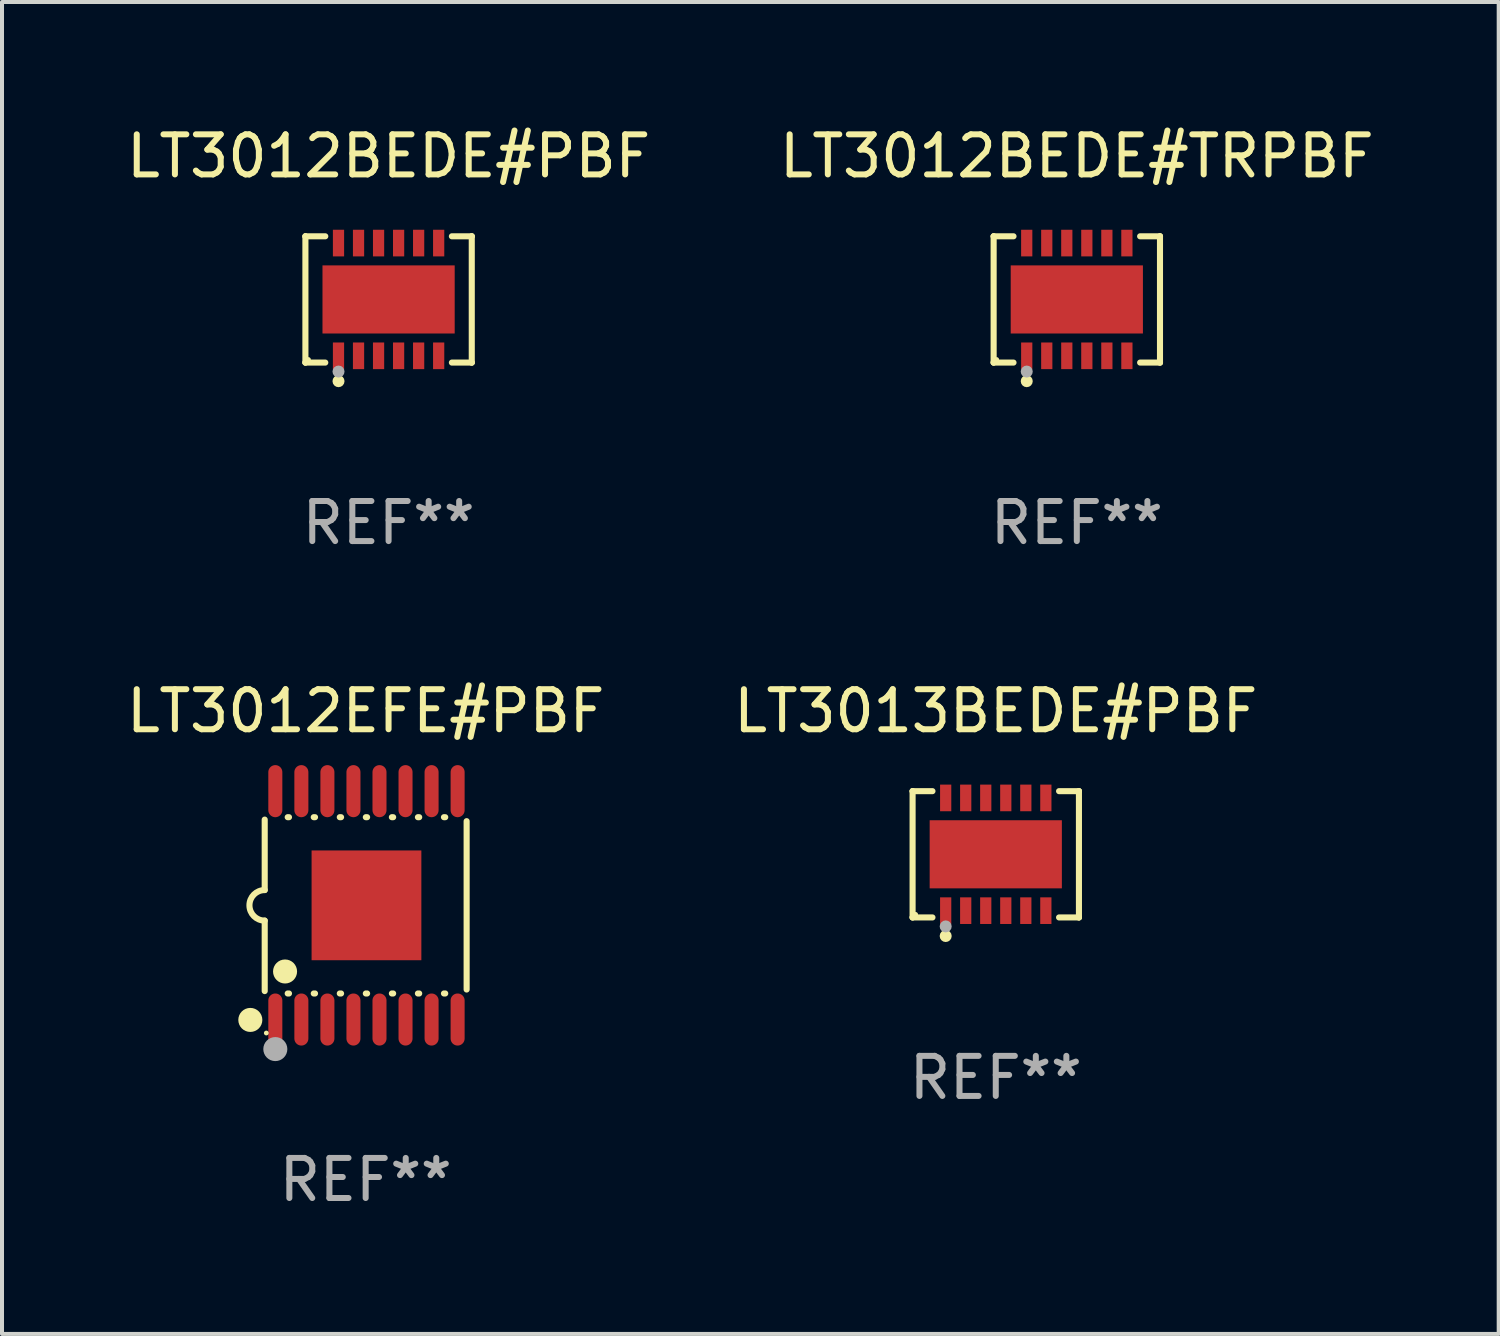
<source format=kicad_pcb>
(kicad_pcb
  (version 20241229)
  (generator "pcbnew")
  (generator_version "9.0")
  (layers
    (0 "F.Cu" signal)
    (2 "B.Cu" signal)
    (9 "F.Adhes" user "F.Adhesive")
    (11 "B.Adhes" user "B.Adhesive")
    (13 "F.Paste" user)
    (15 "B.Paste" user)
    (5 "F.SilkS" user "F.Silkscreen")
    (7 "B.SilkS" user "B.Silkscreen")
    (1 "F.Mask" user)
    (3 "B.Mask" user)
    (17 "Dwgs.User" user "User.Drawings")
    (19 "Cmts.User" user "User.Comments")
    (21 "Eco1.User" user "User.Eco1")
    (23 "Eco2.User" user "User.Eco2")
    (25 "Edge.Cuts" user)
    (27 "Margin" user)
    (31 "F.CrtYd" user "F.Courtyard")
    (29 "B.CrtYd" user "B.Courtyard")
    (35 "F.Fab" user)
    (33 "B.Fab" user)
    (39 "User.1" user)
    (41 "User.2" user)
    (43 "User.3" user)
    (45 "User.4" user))
  (footprint "LT3013BEDE#PBF"
    (layer "F.Cu")
    (at 21.804 18.273)
    (property "Reference" "LT3013BEDE#PBF" (at 0 -3.576 0) (layer "F.SilkS") (effects (font (size 1 1) (thickness 0.15))))
    (attr through_hole)
    (fp_line (start -2.076 -1.576) (end -2.076 -1.576) (stroke (width 0.152) (type solid)) (layer "F.SilkS"))
    (fp_line (start -2.076 -1.576) (end -1.58 -1.576) (stroke (width 0.152) (type solid)) (layer "F.SilkS"))
    (fp_line (start -2.076 1.576) (end -2.076 -1.576) (stroke (width 0.152) (type solid)) (layer "F.SilkS"))
    (fp_line (start -2.076 1.576) (end -2.076 1.576) (stroke (width 0.152) (type solid)) (layer "F.SilkS"))
    (fp_line (start -1.58 1.576) (end -2.076 1.576) (stroke (width 0.152) (type solid)) (layer "F.SilkS"))
    (fp_line (start 1.58 1.576) (end 2.076 1.576) (stroke (width 0.152) (type solid)) (layer "F.SilkS"))
    (fp_line (start 2.076 -1.576) (end 1.58 -1.576) (stroke (width 0.152) (type solid)) (layer "F.SilkS"))
    (fp_line (start 2.076 -1.576) (end 2.076 -1.576) (stroke (width 0.152) (type solid)) (layer "F.SilkS"))
    (fp_line (start 2.076 1.576) (end 2.076 -1.576) (stroke (width 0.152) (type solid)) (layer "F.SilkS"))
    (fp_line (start 2.076 1.576) (end 2.076 1.576) (stroke (width 0.152) (type solid)) (layer "F.SilkS"))
    (fp_circle (center -2 1.5) (end -1.97 1.5) (stroke (width 0.06) (type solid)) (fill no) (layer "F.SilkS"))
    (fp_circle (center -1.25 2.04) (end -1.175 2.04) (stroke (width 0.15) (type solid)) (fill no) (layer "F.SilkS"))
    (fp_circle (center -1.25 1.8) (end -1.175 1.8) (stroke (width 0.15) (type solid)) (fill no) (layer "F.Fab"))
    (fp_text user "REF**" (at 0 5.576 0) (layer "F.Fab") (effects (font (size 1 1) (thickness 0.15))))
    (pad "1" smd rect (at -1.25 1.407) (size 0.28 0.665) (layers "F.Cu" "F.Mask" "F.Paste"))
    (pad "2" smd rect (at -0.75 1.407) (size 0.28 0.665) (layers "F.Cu" "F.Mask" "F.Paste"))
    (pad "3" smd rect (at -0.25 1.407) (size 0.28 0.665) (layers "F.Cu" "F.Mask" "F.Paste"))
    (pad "4" smd rect (at 0.25 1.407) (size 0.28 0.665) (layers "F.Cu" "F.Mask" "F.Paste"))
    (pad "5" smd rect (at 0.75 1.407) (size 0.28 0.665) (layers "F.Cu" "F.Mask" "F.Paste"))
    (pad "6" smd rect (at 1.25 1.407) (size 0.28 0.665) (layers "F.Cu" "F.Mask" "F.Paste"))
    (pad "7" smd rect (at 1.25 -1.407) (size 0.28 0.665) (layers "F.Cu" "F.Mask" "F.Paste"))
    (pad "8" smd rect (at 0.75 -1.407) (size 0.28 0.665) (layers "F.Cu" "F.Mask" "F.Paste"))
    (pad "9" smd rect (at 0.25 -1.407) (size 0.28 0.665) (layers "F.Cu" "F.Mask" "F.Paste"))
    (pad "10" smd rect (at -0.25 -1.407) (size 0.28 0.665) (layers "F.Cu" "F.Mask" "F.Paste"))
    (pad "11" smd rect (at -0.75 -1.407) (size 0.28 0.665) (layers "F.Cu" "F.Mask" "F.Paste"))
    (pad "12" smd rect (at -1.25 -1.407) (size 0.28 0.665) (layers "F.Cu" "F.Mask" "F.Paste"))
    (pad "13" smd rect (at 0 0) (size 3.3 1.7) (layers "F.Cu" "F.Mask" "F.Paste")))
  (footprint "LT3012BEDE#TRPBF"
    (layer "F.Cu")
    (at 23.827 4.424)
    (property "Reference" "LT3012BEDE#TRPBF" (at 0 -3.576 0) (layer "F.SilkS") (effects (font (size 1 1) (thickness 0.15))))
    (attr through_hole)
    (fp_line (start -2.076 -1.576) (end -2.076 -1.576) (stroke (width 0.152) (type solid)) (layer "F.SilkS"))
    (fp_line (start -2.076 -1.576) (end -1.58 -1.576) (stroke (width 0.152) (type solid)) (layer "F.SilkS"))
    (fp_line (start -2.076 1.576) (end -2.076 -1.576) (stroke (width 0.152) (type solid)) (layer "F.SilkS"))
    (fp_line (start -2.076 1.576) (end -2.076 1.576) (stroke (width 0.152) (type solid)) (layer "F.SilkS"))
    (fp_line (start -1.58 1.576) (end -2.076 1.576) (stroke (width 0.152) (type solid)) (layer "F.SilkS"))
    (fp_line (start 1.58 1.576) (end 2.076 1.576) (stroke (width 0.152) (type solid)) (layer "F.SilkS"))
    (fp_line (start 2.076 -1.576) (end 1.58 -1.576) (stroke (width 0.152) (type solid)) (layer "F.SilkS"))
    (fp_line (start 2.076 -1.576) (end 2.076 -1.576) (stroke (width 0.152) (type solid)) (layer "F.SilkS"))
    (fp_line (start 2.076 1.576) (end 2.076 -1.576) (stroke (width 0.152) (type solid)) (layer "F.SilkS"))
    (fp_line (start 2.076 1.576) (end 2.076 1.576) (stroke (width 0.152) (type solid)) (layer "F.SilkS"))
    (fp_circle (center -2 1.5) (end -1.97 1.5) (stroke (width 0.06) (type solid)) (fill no) (layer "F.SilkS"))
    (fp_circle (center -1.25 2.04) (end -1.175 2.04) (stroke (width 0.15) (type solid)) (fill no) (layer "F.SilkS"))
    (fp_circle (center -1.25 1.8) (end -1.175 1.8) (stroke (width 0.15) (type solid)) (fill no) (layer "F.Fab"))
    (fp_text user "REF**" (at 0 5.576 0) (layer "F.Fab") (effects (font (size 1 1) (thickness 0.15))))
    (pad "1" smd rect (at -1.25 1.407) (size 0.28 0.665) (layers "F.Cu" "F.Mask" "F.Paste"))
    (pad "2" smd rect (at -0.75 1.407) (size 0.28 0.665) (layers "F.Cu" "F.Mask" "F.Paste"))
    (pad "3" smd rect (at -0.25 1.407) (size 0.28 0.665) (layers "F.Cu" "F.Mask" "F.Paste"))
    (pad "4" smd rect (at 0.25 1.407) (size 0.28 0.665) (layers "F.Cu" "F.Mask" "F.Paste"))
    (pad "5" smd rect (at 0.75 1.407) (size 0.28 0.665) (layers "F.Cu" "F.Mask" "F.Paste"))
    (pad "6" smd rect (at 1.25 1.407) (size 0.28 0.665) (layers "F.Cu" "F.Mask" "F.Paste"))
    (pad "7" smd rect (at 1.25 -1.407) (size 0.28 0.665) (layers "F.Cu" "F.Mask" "F.Paste"))
    (pad "8" smd rect (at 0.75 -1.407) (size 0.28 0.665) (layers "F.Cu" "F.Mask" "F.Paste"))
    (pad "9" smd rect (at 0.25 -1.407) (size 0.28 0.665) (layers "F.Cu" "F.Mask" "F.Paste"))
    (pad "10" smd rect (at -0.25 -1.407) (size 0.28 0.665) (layers "F.Cu" "F.Mask" "F.Paste"))
    (pad "11" smd rect (at -0.75 -1.407) (size 0.28 0.665) (layers "F.Cu" "F.Mask" "F.Paste"))
    (pad "12" smd rect (at -1.25 -1.407) (size 0.28 0.665) (layers "F.Cu" "F.Mask" "F.Paste"))
    (pad "13" smd rect (at 0 0) (size 3.3 1.7) (layers "F.Cu" "F.Mask" "F.Paste")))
  (footprint "LT3012BEDE#PBF"
    (layer "F.Cu")
    (at 6.649 4.424)
    (property "Reference" "LT3012BEDE#PBF" (at 0 -3.576 0) (layer "F.SilkS") (effects (font (size 1 1) (thickness 0.15))))
    (attr through_hole)
    (fp_line (start -2.076 -1.576) (end -2.076 -1.576) (stroke (width 0.152) (type solid)) (layer "F.SilkS"))
    (fp_line (start -2.076 -1.576) (end -1.58 -1.576) (stroke (width 0.152) (type solid)) (layer "F.SilkS"))
    (fp_line (start -2.076 1.576) (end -2.076 -1.576) (stroke (width 0.152) (type solid)) (layer "F.SilkS"))
    (fp_line (start -2.076 1.576) (end -2.076 1.576) (stroke (width 0.152) (type solid)) (layer "F.SilkS"))
    (fp_line (start -1.58 1.576) (end -2.076 1.576) (stroke (width 0.152) (type solid)) (layer "F.SilkS"))
    (fp_line (start 1.58 1.576) (end 2.076 1.576) (stroke (width 0.152) (type solid)) (layer "F.SilkS"))
    (fp_line (start 2.076 -1.576) (end 1.58 -1.576) (stroke (width 0.152) (type solid)) (layer "F.SilkS"))
    (fp_line (start 2.076 -1.576) (end 2.076 -1.576) (stroke (width 0.152) (type solid)) (layer "F.SilkS"))
    (fp_line (start 2.076 1.576) (end 2.076 -1.576) (stroke (width 0.152) (type solid)) (layer "F.SilkS"))
    (fp_line (start 2.076 1.576) (end 2.076 1.576) (stroke (width 0.152) (type solid)) (layer "F.SilkS"))
    (fp_circle (center -2 1.5) (end -1.97 1.5) (stroke (width 0.06) (type solid)) (fill no) (layer "F.SilkS"))
    (fp_circle (center -1.25 2.04) (end -1.175 2.04) (stroke (width 0.15) (type solid)) (fill no) (layer "F.SilkS"))
    (fp_circle (center -1.25 1.8) (end -1.175 1.8) (stroke (width 0.15) (type solid)) (fill no) (layer "F.Fab"))
    (fp_text user "REF**" (at 0 5.576 0) (layer "F.Fab") (effects (font (size 1 1) (thickness 0.15))))
    (pad "1" smd rect (at -1.25 1.407) (size 0.28 0.665) (layers "F.Cu" "F.Mask" "F.Paste"))
    (pad "2" smd rect (at -0.75 1.407) (size 0.28 0.665) (layers "F.Cu" "F.Mask" "F.Paste"))
    (pad "3" smd rect (at -0.25 1.407) (size 0.28 0.665) (layers "F.Cu" "F.Mask" "F.Paste"))
    (pad "4" smd rect (at 0.25 1.407) (size 0.28 0.665) (layers "F.Cu" "F.Mask" "F.Paste"))
    (pad "5" smd rect (at 0.75 1.407) (size 0.28 0.665) (layers "F.Cu" "F.Mask" "F.Paste"))
    (pad "6" smd rect (at 1.25 1.407) (size 0.28 0.665) (layers "F.Cu" "F.Mask" "F.Paste"))
    (pad "7" smd rect (at 1.25 -1.407) (size 0.28 0.665) (layers "F.Cu" "F.Mask" "F.Paste"))
    (pad "8" smd rect (at 0.75 -1.407) (size 0.28 0.665) (layers "F.Cu" "F.Mask" "F.Paste"))
    (pad "9" smd rect (at 0.25 -1.407) (size 0.28 0.665) (layers "F.Cu" "F.Mask" "F.Paste"))
    (pad "10" smd rect (at -0.25 -1.407) (size 0.28 0.665) (layers "F.Cu" "F.Mask" "F.Paste"))
    (pad "11" smd rect (at -0.75 -1.407) (size 0.28 0.665) (layers "F.Cu" "F.Mask" "F.Paste"))
    (pad "12" smd rect (at -1.25 -1.407) (size 0.28 0.665) (layers "F.Cu" "F.Mask" "F.Paste"))
    (pad "13" smd rect (at 0 0) (size 3.3 1.7) (layers "F.Cu" "F.Mask" "F.Paste")))
  (footprint "LT3012EFE#PBF"
    (layer "F.Cu")
    (at 6.077 19.547)
    (property "Reference" "LT3012EFE#PBF" (at 0 -4.85 0) (layer "F.SilkS") (effects (font (size 1 1) (thickness 0.15))))
    (attr through_hole)
    (fp_line (start -2.52 -2.14) (end -2.52 -0.381) (stroke (width 0.152) (type solid)) (layer "F.SilkS"))
    (fp_line (start -2.52 2.14) (end -2.52 0.381) (stroke (width 0.152) (type solid)) (layer "F.SilkS"))
    (fp_line (start -1.946 -2.2) (end -1.914 -2.2) (stroke (width 0.152) (type solid)) (layer "F.SilkS"))
    (fp_line (start -1.946 2.2) (end -1.914 2.2) (stroke (width 0.152) (type solid)) (layer "F.SilkS"))
    (fp_line (start -1.296 -2.2) (end -1.264 -2.2) (stroke (width 0.152) (type solid)) (layer "F.SilkS"))
    (fp_line (start -1.296 2.2) (end -1.264 2.2) (stroke (width 0.152) (type solid)) (layer "F.SilkS"))
    (fp_line (start -0.646 -2.2) (end -0.614 -2.2) (stroke (width 0.152) (type solid)) (layer "F.SilkS"))
    (fp_line (start -0.646 2.2) (end -0.614 2.2) (stroke (width 0.152) (type solid)) (layer "F.SilkS"))
    (fp_line (start 0.004 -2.2) (end 0.036 -2.2) (stroke (width 0.152) (type solid)) (layer "F.SilkS"))
    (fp_line (start 0.004 2.2) (end 0.036 2.2) (stroke (width 0.152) (type solid)) (layer "F.SilkS"))
    (fp_line (start 0.654 -2.2) (end 0.686 -2.2) (stroke (width 0.152) (type solid)) (layer "F.SilkS"))
    (fp_line (start 0.654 2.2) (end 0.686 2.2) (stroke (width 0.152) (type solid)) (layer "F.SilkS"))
    (fp_line (start 1.304 -2.2) (end 1.336 -2.2) (stroke (width 0.152) (type solid)) (layer "F.SilkS"))
    (fp_line (start 1.304 2.2) (end 1.336 2.2) (stroke (width 0.152) (type solid)) (layer "F.SilkS"))
    (fp_line (start 1.954 -2.2) (end 1.986 -2.2) (stroke (width 0.152) (type solid)) (layer "F.SilkS"))
    (fp_line (start 1.954 2.2) (end 1.986 2.2) (stroke (width 0.152) (type solid)) (layer "F.SilkS"))
    (fp_line (start 2.52 -2.101) (end 2.52 2.101) (stroke (width 0.152) (type solid)) (layer "F.SilkS"))
    (fp_arc (start -2.520003 0.381001) (mid -2.901004 0) (end -2.520003 -0.381001) (stroke (width 0.151994) (type solid)) (layer "F.SilkS"))
    (fp_circle (center -2.879 2.86) (end -2.729 2.86) (stroke (width 0.3) (type solid)) (fill no) (layer "F.SilkS"))
    (fp_circle (center -2.48 3.187) (end -2.45 3.187) (stroke (width 0.06) (type solid)) (fill no) (layer "F.SilkS"))
    (fp_circle (center -2.012 1.651) (end -1.862 1.651) (stroke (width 0.3) (type solid)) (fill no) (layer "F.SilkS"))
    (fp_circle (center -2.255 3.588) (end -2.105 3.588) (stroke (width 0.3) (type solid)) (fill no) (layer "F.Fab"))
    (fp_text user "REF**" (at 0 6.85 0) (layer "F.Fab") (effects (font (size 1 1) (thickness 0.15))))
    (pad "1" smd oval (at -2.255 2.85) (size 0.35 1.3) (layers "F.Cu" "F.Mask" "F.Paste"))
    (pad "2" smd oval (at -1.605 2.85) (size 0.35 1.3) (layers "F.Cu" "F.Mask" "F.Paste"))
    (pad "3" smd oval (at -0.955 2.85) (size 0.35 1.3) (layers "F.Cu" "F.Mask" "F.Paste"))
    (pad "4" smd oval (at -0.305 2.85) (size 0.35 1.3) (layers "F.Cu" "F.Mask" "F.Paste"))
    (pad "5" smd oval (at 0.345 2.85) (size 0.35 1.3) (layers "F.Cu" "F.Mask" "F.Paste"))
    (pad "6" smd oval (at 0.995 2.85) (size 0.35 1.3) (layers "F.Cu" "F.Mask" "F.Paste"))
    (pad "7" smd oval (at 1.645 2.85) (size 0.35 1.3) (layers "F.Cu" "F.Mask" "F.Paste"))
    (pad "8" smd oval (at 2.295 2.85) (size 0.35 1.3) (layers "F.Cu" "F.Mask" "F.Paste"))
    (pad "9" smd oval (at 2.295 -2.85) (size 0.35 1.3) (layers "F.Cu" "F.Mask" "F.Paste"))
    (pad "10" smd oval (at 1.645 -2.85) (size 0.35 1.3) (layers "F.Cu" "F.Mask" "F.Paste"))
    (pad "11" smd oval (at 0.995 -2.85) (size 0.35 1.3) (layers "F.Cu" "F.Mask" "F.Paste"))
    (pad "12" smd oval (at 0.345 -2.85) (size 0.35 1.3) (layers "F.Cu" "F.Mask" "F.Paste"))
    (pad "13" smd oval (at -0.305 -2.85) (size 0.35 1.3) (layers "F.Cu" "F.Mask" "F.Paste"))
    (pad "14" smd oval (at -0.955 -2.85) (size 0.35 1.3) (layers "F.Cu" "F.Mask" "F.Paste"))
    (pad "15" smd oval (at -1.605 -2.85) (size 0.35 1.3) (layers "F.Cu" "F.Mask" "F.Paste"))
    (pad "16" smd oval (at -2.255 -2.85) (size 0.35 1.3) (layers "F.Cu" "F.Mask" "F.Paste"))
    (pad "17" smd rect (at 0.02 0) (size 2.74 2.74) (layers "F.Cu" "F.Mask" "F.Paste")))
  (gr_rect
    (start -3 -3)
    (end 34.357 30.245)
    (stroke (width 0.1) (type default))
    (fill no)
    (layer "Edge.Cuts")))
</source>
